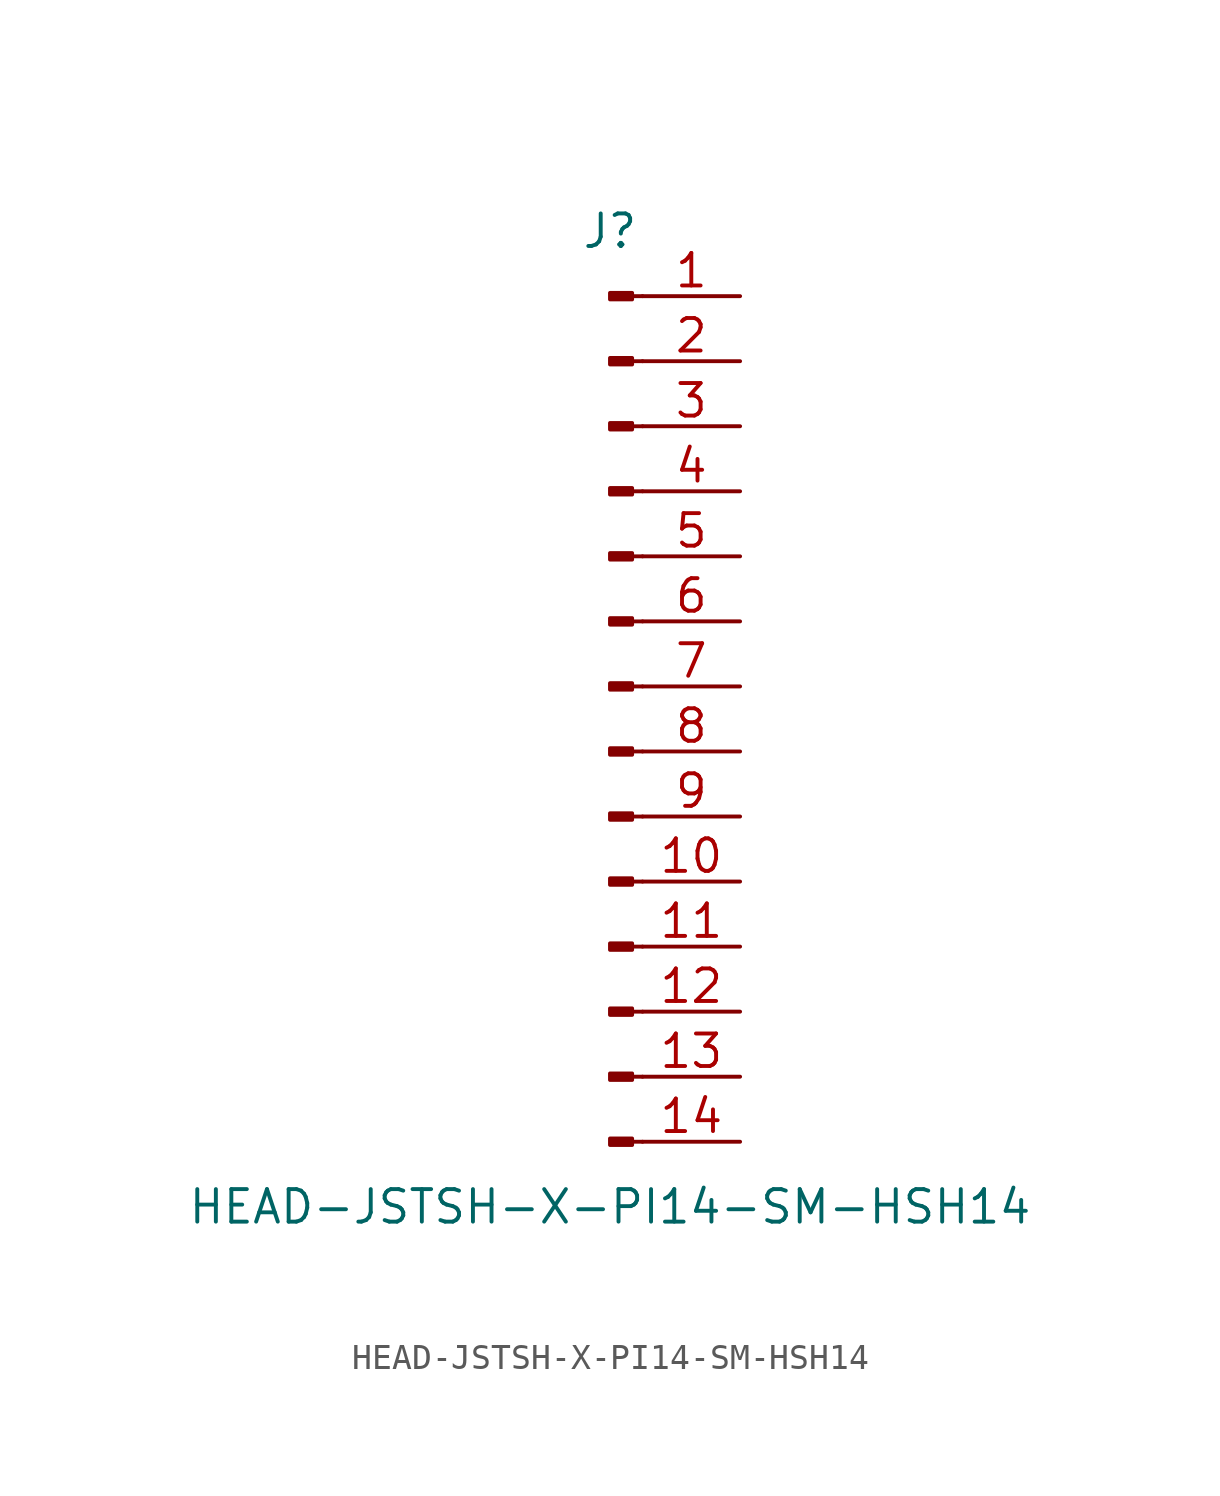
<source format=kicad_sym>
(kicad_symbol_lib
  (version 20211014)
  (generator kicad_symbol_editor)
  (symbol "HEAD-JSTSH-X-PI14-SM-HSH14"
    (pin_names
      (offset 1.016) hide)
    (property "Reference" "J"
      (at 0 17.78 0)
      (effects (font (size 1.27 1.27))))
    (property "Value" "HEAD-JSTSH-X-PI14-SM-HSH14"
      (at 0 -20.32 0)
      (effects (font (size 1.27 1.27))))
    (symbol "HEAD-JSTSH-X-PI14-SM-HSH14_1_1"
      (polyline (pts (xy 1.27 -17.78) (xy 0.864 -17.78)) (stroke (width 0.152) (type default) (color 0 0 0 0)) (fill (type none)))
      (polyline (pts (xy 1.27 -15.24) (xy 0.864 -15.24)) (stroke (width 0.152) (type default) (color 0 0 0 0)) (fill (type none)))
      (polyline (pts (xy 1.27 -12.7) (xy 0.864 -12.7)) (stroke (width 0.152) (type default) (color 0 0 0 0)) (fill (type none)))
      (polyline (pts (xy 1.27 -10.16) (xy 0.864 -10.16)) (stroke (width 0.152) (type default) (color 0 0 0 0)) (fill (type none)))
      (polyline (pts (xy 1.27 -7.62) (xy 0.864 -7.62)) (stroke (width 0.152) (type default) (color 0 0 0 0)) (fill (type none)))
      (polyline (pts (xy 1.27 -5.08) (xy 0.864 -5.08)) (stroke (width 0.152) (type default) (color 0 0 0 0)) (fill (type none)))
      (polyline (pts (xy 1.27 -2.54) (xy 0.864 -2.54)) (stroke (width 0.152) (type default) (color 0 0 0 0)) (fill (type none)))
      (polyline (pts (xy 1.27 0) (xy 0.864 0)) (stroke (width 0.152) (type default) (color 0 0 0 0)) (fill (type none)))
      (polyline (pts (xy 1.27 2.54) (xy 0.864 2.54)) (stroke (width 0.152) (type default) (color 0 0 0 0)) (fill (type none)))
      (polyline (pts (xy 1.27 5.08) (xy 0.864 5.08)) (stroke (width 0.152) (type default) (color 0 0 0 0)) (fill (type none)))
      (polyline (pts (xy 1.27 7.62) (xy 0.864 7.62)) (stroke (width 0.152) (type default) (color 0 0 0 0)) (fill (type none)))
      (polyline (pts (xy 1.27 10.16) (xy 0.864 10.16)) (stroke (width 0.152) (type default) (color 0 0 0 0)) (fill (type none)))
      (polyline (pts (xy 1.27 12.7) (xy 0.864 12.7)) (stroke (width 0.152) (type default) (color 0 0 0 0)) (fill (type none)))
      (polyline (pts (xy 1.27 15.24) (xy 0.864 15.24)) (stroke (width 0.152) (type default) (color 0 0 0 0)) (fill (type none)))
      (rectangle (start 0.864 -17.653) (end 0 -17.907) (stroke (width 0.152) (type default) (color 0 0 0 0)) (fill (type outline)))
      (rectangle (start 0.864 -15.113) (end 0 -15.367) (stroke (width 0.152) (type default) (color 0 0 0 0)) (fill (type outline)))
      (rectangle (start 0.864 -12.573) (end 0 -12.827) (stroke (width 0.152) (type default) (color 0 0 0 0)) (fill (type outline)))
      (rectangle (start 0.864 -10.033) (end 0 -10.287) (stroke (width 0.152) (type default) (color 0 0 0 0)) (fill (type outline)))
      (rectangle (start 0.864 -7.493) (end 0 -7.747) (stroke (width 0.152) (type default) (color 0 0 0 0)) (fill (type outline)))
      (rectangle (start 0.864 -4.953) (end 0 -5.207) (stroke (width 0.152) (type default) (color 0 0 0 0)) (fill (type outline)))
      (rectangle (start 0.864 -2.413) (end 0 -2.667) (stroke (width 0.152) (type default) (color 0 0 0 0)) (fill (type outline)))
      (rectangle (start 0.864 0.127) (end 0 -0.127) (stroke (width 0.152) (type default) (color 0 0 0 0)) (fill (type outline)))
      (rectangle (start 0.864 2.667) (end 0 2.413) (stroke (width 0.152) (type default) (color 0 0 0 0)) (fill (type outline)))
      (rectangle (start 0.864 5.207) (end 0 4.953) (stroke (width 0.152) (type default) (color 0 0 0 0)) (fill (type outline)))
      (rectangle (start 0.864 7.747) (end 0 7.493) (stroke (width 0.152) (type default) (color 0 0 0 0)) (fill (type outline)))
      (rectangle (start 0.864 10.287) (end 0 10.033) (stroke (width 0.152) (type default) (color 0 0 0 0)) (fill (type outline)))
      (rectangle (start 0.864 12.827) (end 0 12.573) (stroke (width 0.152) (type default) (color 0 0 0 0)) (fill (type outline)))
      (rectangle (start 0.864 15.367) (end 0 15.113) (stroke (width 0.152) (type default) (color 0 0 0 0)) (fill (type outline)))
      (pin passive line (at 5.08 15.24 180) (length 3.81) (name "Pin_1" (effects (font (size 1.27 1.27)))) (number "1" (effects (font (size 1.27 1.27)))))
      (pin passive line (at 5.08 -7.62 180) (length 3.81) (name "Pin_10" (effects (font (size 1.27 1.27)))) (number "10" (effects (font (size 1.27 1.27)))))
      (pin passive line (at 5.08 -10.16 180) (length 3.81) (name "Pin_11" (effects (font (size 1.27 1.27)))) (number "11" (effects (font (size 1.27 1.27)))))
      (pin passive line (at 5.08 -12.7 180) (length 3.81) (name "Pin_12" (effects (font (size 1.27 1.27)))) (number "12" (effects (font (size 1.27 1.27)))))
      (pin passive line (at 5.08 -15.24 180) (length 3.81) (name "Pin_13" (effects (font (size 1.27 1.27)))) (number "13" (effects (font (size 1.27 1.27)))))
      (pin passive line (at 5.08 -17.78 180) (length 3.81) (name "Pin_14" (effects (font (size 1.27 1.27)))) (number "14" (effects (font (size 1.27 1.27)))))
      (pin passive line (at 5.08 12.7 180) (length 3.81) (name "Pin_2" (effects (font (size 1.27 1.27)))) (number "2" (effects (font (size 1.27 1.27)))))
      (pin passive line (at 5.08 10.16 180) (length 3.81) (name "Pin_3" (effects (font (size 1.27 1.27)))) (number "3" (effects (font (size 1.27 1.27)))))
      (pin passive line (at 5.08 7.62 180) (length 3.81) (name "Pin_4" (effects (font (size 1.27 1.27)))) (number "4" (effects (font (size 1.27 1.27)))))
      (pin passive line (at 5.08 5.08 180) (length 3.81) (name "Pin_5" (effects (font (size 1.27 1.27)))) (number "5" (effects (font (size 1.27 1.27)))))
      (pin passive line (at 5.08 2.54 180) (length 3.81) (name "Pin_6" (effects (font (size 1.27 1.27)))) (number "6" (effects (font (size 1.27 1.27)))))
      (pin passive line (at 5.08 0 180) (length 3.81) (name "Pin_7" (effects (font (size 1.27 1.27)))) (number "7" (effects (font (size 1.27 1.27)))))
      (pin passive line (at 5.08 -2.54 180) (length 3.81) (name "Pin_8" (effects (font (size 1.27 1.27)))) (number "8" (effects (font (size 1.27 1.27)))))
      (pin passive line (at 5.08 -5.08 180) (length 3.81) (name "Pin_9" (effects (font (size 1.27 1.27)))) (number "9" (effects (font (size 1.27 1.27))))))))
</source>
